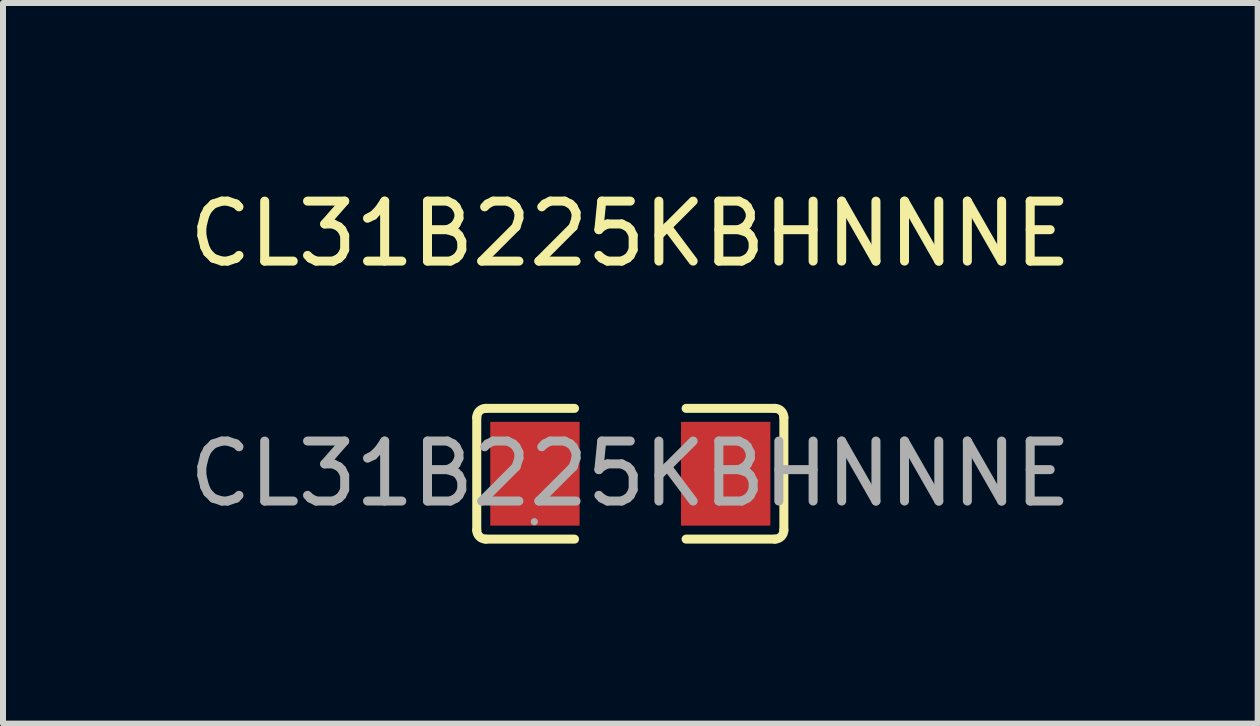
<source format=kicad_pcb>
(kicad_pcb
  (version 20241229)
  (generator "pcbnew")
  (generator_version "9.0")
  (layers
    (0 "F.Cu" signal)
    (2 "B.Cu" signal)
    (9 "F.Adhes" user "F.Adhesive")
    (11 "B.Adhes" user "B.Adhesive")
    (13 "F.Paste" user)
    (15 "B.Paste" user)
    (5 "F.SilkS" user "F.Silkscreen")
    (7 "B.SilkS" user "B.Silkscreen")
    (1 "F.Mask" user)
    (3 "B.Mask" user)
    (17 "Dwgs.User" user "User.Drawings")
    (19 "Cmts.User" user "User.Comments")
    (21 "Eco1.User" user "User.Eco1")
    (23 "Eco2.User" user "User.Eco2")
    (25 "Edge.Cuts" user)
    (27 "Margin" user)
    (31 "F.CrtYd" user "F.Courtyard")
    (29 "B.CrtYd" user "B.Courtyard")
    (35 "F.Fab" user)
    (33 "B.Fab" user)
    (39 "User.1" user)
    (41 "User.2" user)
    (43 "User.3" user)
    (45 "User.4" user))
  (footprint "CL31B225KBHNNNE"
    (layer "F.Cu")
    (at 7.458 4.848)
    (property "Reference" "CL31B225KBHNNNE" (at 0 -4 0) (layer "F.SilkS") (effects (font (size 1 1) (thickness 0.15))))
    (attr smd)
    (fp_line (start -2.56 0.94) (end -2.56 -0.94) (stroke (width 0.15) (type solid)) (layer "F.SilkS"))
    (fp_line (start -2.41 -1.09) (end -0.93 -1.09) (stroke (width 0.15) (type solid)) (layer "F.SilkS"))
    (fp_line (start -0.93 1.09) (end -2.41 1.09) (stroke (width 0.15) (type solid)) (layer "F.SilkS"))
    (fp_line (start 0.93 1.09) (end 2.41 1.09) (stroke (width 0.15) (type solid)) (layer "F.SilkS"))
    (fp_line (start 2.41 -1.09) (end 0.93 -1.09) (stroke (width 0.15) (type solid)) (layer "F.SilkS"))
    (fp_line (start 2.56 0.94) (end 2.56 -0.94) (stroke (width 0.15) (type solid)) (layer "F.SilkS"))
    (fp_arc (start -2.56 -0.94) (mid -2.516066 -1.046066) (end -2.41 -1.09) (stroke (width 0.15) (type solid)) (layer "F.SilkS"))
    (fp_arc (start -2.41 1.09) (mid -2.516066 1.046066) (end -2.56 0.94) (stroke (width 0.15) (type solid)) (layer "F.SilkS"))
    (fp_arc (start 2.41 -1.09) (mid 2.516066 -1.046066) (end 2.56 -0.94) (stroke (width 0.15) (type solid)) (layer "F.SilkS"))
    (fp_arc (start 2.56 0.94) (mid 2.516066 1.046066) (end 2.41 1.09) (stroke (width 0.15) (type solid)) (layer "F.SilkS"))
    (fp_circle (center -1.6 0.8) (end -1.57 0.8) (stroke (width 0.06) (type solid)) (fill no) (layer "F.Fab"))
    (fp_text user "${REFERENCE}" (at 0 0 0) (layer "F.Fab") (effects (font (size 1 1) (thickness 0.15))))
    (pad "1" smd rect (at -1.59 0) (size 1.49 1.73) (layers "F.Cu" "F.Mask" "F.Paste"))
    (pad "2" smd rect (at 1.59 0) (size 1.49 1.73) (layers "F.Cu" "F.Mask" "F.Paste")))
  (gr_rect
    (start -3 -3)
    (end 17.917 9.013)
    (stroke (width 0.1) (type default))
    (fill no)
    (layer "Edge.Cuts")))
</source>
